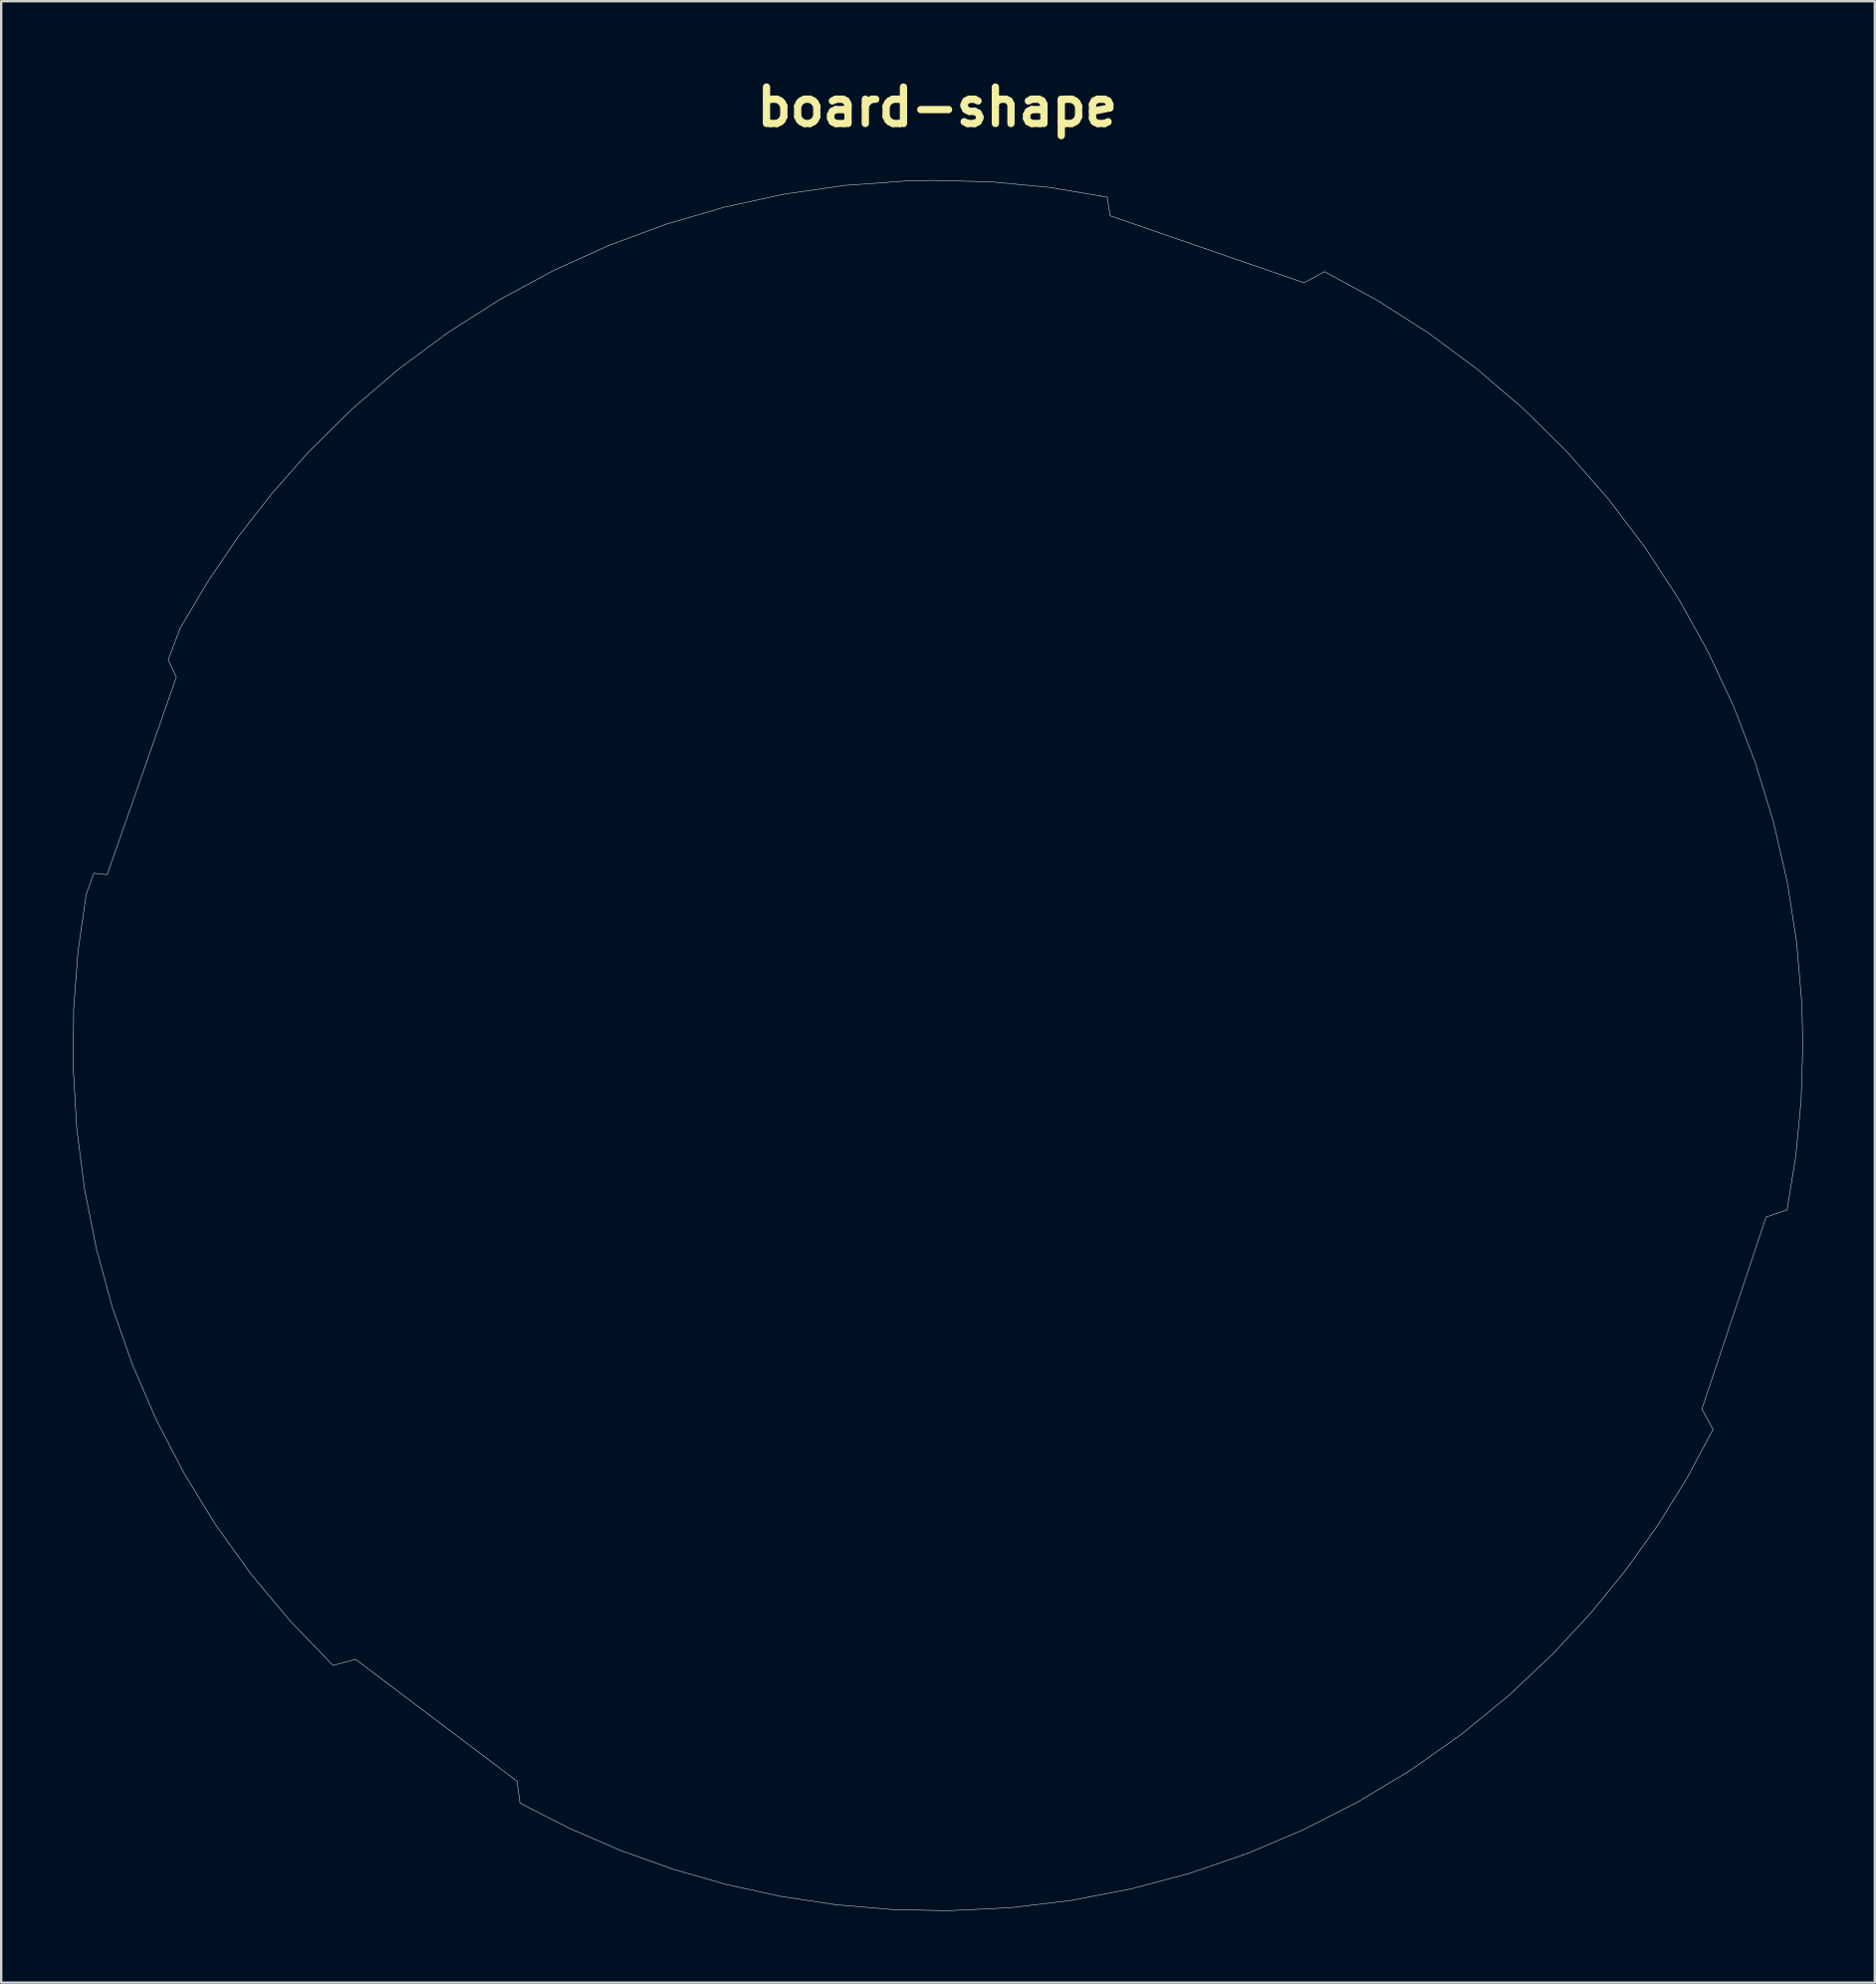
<source format=kicad_pcb>
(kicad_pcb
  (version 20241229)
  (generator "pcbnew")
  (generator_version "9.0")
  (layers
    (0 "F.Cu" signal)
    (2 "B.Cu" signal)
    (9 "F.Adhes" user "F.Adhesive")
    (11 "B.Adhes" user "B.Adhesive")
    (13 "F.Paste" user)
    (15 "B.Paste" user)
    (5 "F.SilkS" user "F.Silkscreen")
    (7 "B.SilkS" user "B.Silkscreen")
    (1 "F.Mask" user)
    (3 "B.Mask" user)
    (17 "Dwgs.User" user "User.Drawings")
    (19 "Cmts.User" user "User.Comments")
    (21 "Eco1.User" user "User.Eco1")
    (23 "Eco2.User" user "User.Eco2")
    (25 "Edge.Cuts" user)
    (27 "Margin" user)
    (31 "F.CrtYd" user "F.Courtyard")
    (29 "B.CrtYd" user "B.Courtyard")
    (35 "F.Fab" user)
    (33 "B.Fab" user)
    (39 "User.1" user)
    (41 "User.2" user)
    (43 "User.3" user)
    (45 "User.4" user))
  (footprint "board-shape"
    (layer "F.Cu")
    (at 36.176 40.723)
    (property "Reference" "board-shape" (at 0 -39.296 0) (layer "F.SilkS") (effects (font (size 1.524 1.524) (thickness 0.305))))
    (attr smd)
    (fp_poly (pts (xy -0.212 -36.226) (xy -1.29 -36.202) (xy -3.871 -36.015) (xy -6.419 -35.648) (xy -8.922 -35.103) (xy -11.374 -34.384) (xy -13.765 -33.497) (xy -16.085 -32.443) (xy -18.328 -31.229) (xy -20.483 -29.857) (xy -22.542 -28.332) (xy -24.496 -26.657) (xy -26.336 -24.837) (xy -27.854 -23.117) (xy -29.254 -21.315) (xy -30.532 -19.436) (xy -31.686 -17.487) (xy -32.187 -16.163) (xy -31.847 -15.437) (xy -34.74 -7.178) (xy -35.297 -7.234) (xy -35.617 -6.36) (xy -35.959 -3.982) (xy -36.143 -1.576) (xy -36.165 0.851) (xy -36.014 3.432) (xy -35.689 5.975) (xy -35.192 8.474) (xy -34.525 10.92) (xy -33.691 13.305) (xy -32.691 15.622) (xy -31.528 17.863) (xy -30.203 20.02) (xy -28.721 22.086) (xy -27.081 24.052) (xy -25.288 25.911) (xy -24.346 25.653) (xy -17.586 30.756) (xy -17.467 31.668) (xy -15.394 32.726) (xy -13.259 33.649) (xy -11.07 34.432) (xy -8.832 35.074) (xy -6.553 35.572) (xy -4.24 35.922) (xy -1.899 36.123) (xy 0.463 36.172) (xy 3.048 36.048) (xy 5.603 35.742) (xy 8.119 35.258) (xy 10.587 34.599) (xy 12.999 33.769) (xy 15.344 32.773) (xy 17.615 31.613) (xy 19.803 30.293) (xy 21.898 28.818) (xy 23.892 27.191) (xy 25.776 25.416) (xy 27.361 23.704) (xy 28.826 21.904) (xy 30.167 20.021) (xy 31.381 18.063) (xy 32.466 16.035) (xy 31.998 15.185) (xy 34.685 7.15) (xy 35.565 6.85) (xy 35.93 4.584) (xy 36.15 2.29) (xy 36.224 -0.026) (xy 36.182 -1.778) (xy 35.964 -4.357) (xy 35.566 -6.899) (xy 34.99 -9.396) (xy 34.242 -11.839) (xy 33.326 -14.219) (xy 32.245 -16.526) (xy 31.003 -18.754) (xy 29.605 -20.892) (xy 28.055 -22.932) (xy 26.357 -24.866) (xy 24.514 -26.684) (xy 22.578 -28.341) (xy 20.542 -29.849) (xy 18.415 -31.206) (xy 16.206 -32.408) (xy 15.346 -31.941) (xy 7.233 -34.744) (xy 7.114 -35.524) (xy 4.684 -35.933) (xy 2.254 -36.165) (xy -0.212 -36.226) (xy -0.212 -36.226)) (stroke (width 0.022) (type solid)) (fill no) (layer "Edge.Cuts")))
  (gr_rect
    (start -3 -3)
    (end 75.412 79.905)
    (stroke (width 0.1) (type default))
    (fill no)
    (layer "Edge.Cuts")))
</source>
